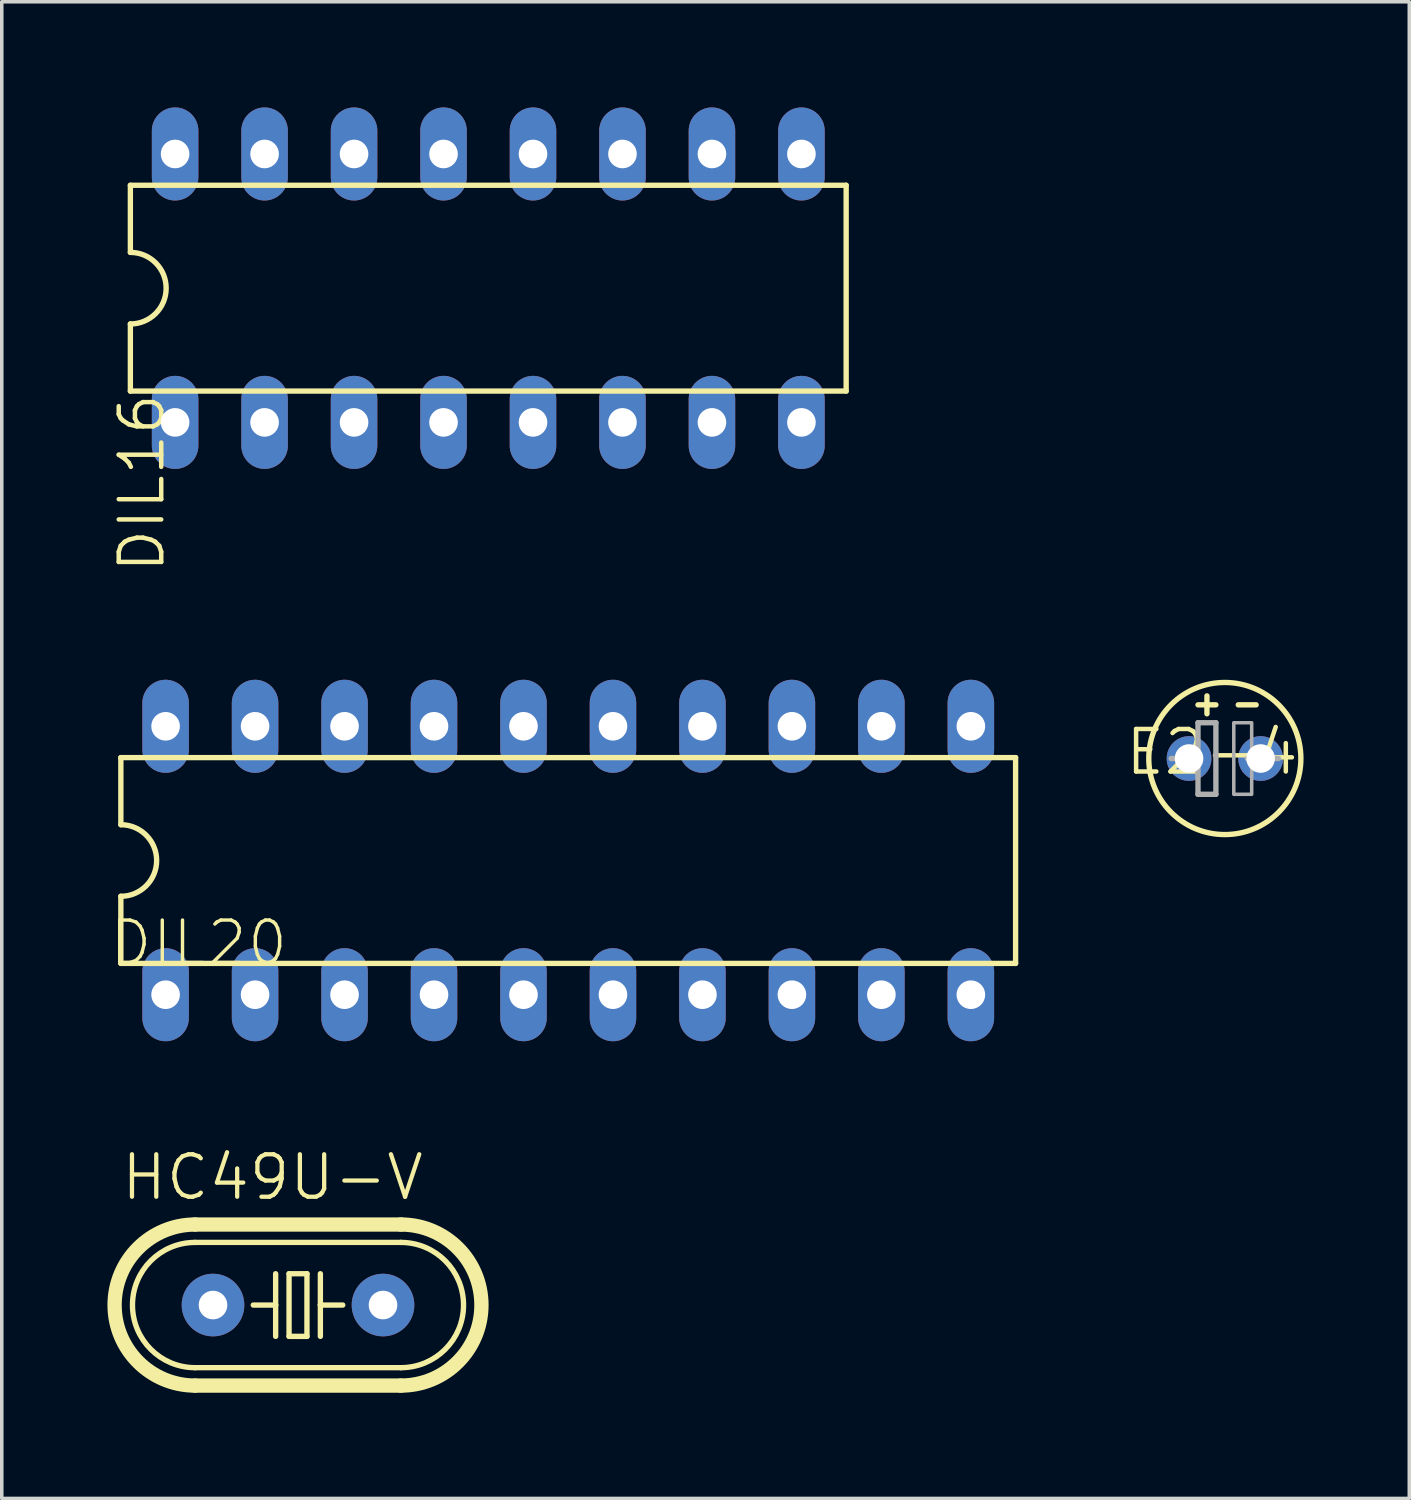
<source format=kicad_pcb>
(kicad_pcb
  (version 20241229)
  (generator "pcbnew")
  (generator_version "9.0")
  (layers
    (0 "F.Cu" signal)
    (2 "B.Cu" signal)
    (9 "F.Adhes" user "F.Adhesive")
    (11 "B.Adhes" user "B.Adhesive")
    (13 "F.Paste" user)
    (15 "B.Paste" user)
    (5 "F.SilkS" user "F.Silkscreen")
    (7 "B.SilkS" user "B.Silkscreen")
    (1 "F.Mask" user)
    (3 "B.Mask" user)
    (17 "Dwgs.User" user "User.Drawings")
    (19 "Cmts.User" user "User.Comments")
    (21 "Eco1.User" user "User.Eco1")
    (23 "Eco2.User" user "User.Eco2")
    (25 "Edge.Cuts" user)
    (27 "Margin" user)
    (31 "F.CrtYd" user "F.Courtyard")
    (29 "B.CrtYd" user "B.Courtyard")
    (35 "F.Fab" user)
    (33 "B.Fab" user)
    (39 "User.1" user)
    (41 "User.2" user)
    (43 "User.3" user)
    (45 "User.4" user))
  (footprint "DIL16"
    (layer "F.Cu")
    (at 10.811 5.131)
    (property "Reference" "DIL16" (at -10.541 2.921 90) (layer "F.SilkS") (effects (font (size 1.206 1.206) (thickness 0.127)) (justify right top)))
    (attr through_hole)
    (fp_line (start -10.16 -2.921) (end -10.16 -1.016) (stroke (width 0.152) (type solid)) (layer "F.SilkS"))
    (fp_line (start -10.16 2.921) (end -10.16 1.016) (stroke (width 0.152) (type solid)) (layer "F.SilkS"))
    (fp_line (start -10.16 2.921) (end 10.16 2.921) (stroke (width 0.152) (type solid)) (layer "F.SilkS"))
    (fp_line (start 10.16 -2.921) (end -10.16 -2.921) (stroke (width 0.152) (type solid)) (layer "F.SilkS"))
    (fp_line (start 10.16 -2.921) (end 10.16 2.921) (stroke (width 0.152) (type solid)) (layer "F.SilkS"))
    (fp_arc (start -10.16 -1.016) (mid -9.144 0) (end -10.16 1.016) (stroke (width 0.1524) (type solid)) (layer "F.SilkS"))
    (pad "1" thru_hole oval (at -8.89 3.81 90) (size 2.642 1.321) (drill 0.813) (layers "*.Cu" "*.Mask"))
    (pad "2" thru_hole oval (at -6.35 3.81 90) (size 2.642 1.321) (drill 0.813) (layers "*.Cu" "*.Mask"))
    (pad "3" thru_hole oval (at -3.81 3.81 90) (size 2.642 1.321) (drill 0.813) (layers "*.Cu" "*.Mask"))
    (pad "4" thru_hole oval (at -1.27 3.81 90) (size 2.642 1.321) (drill 0.813) (layers "*.Cu" "*.Mask"))
    (pad "5" thru_hole oval (at 1.27 3.81 90) (size 2.642 1.321) (drill 0.813) (layers "*.Cu" "*.Mask"))
    (pad "6" thru_hole oval (at 3.81 3.81 90) (size 2.642 1.321) (drill 0.813) (layers "*.Cu" "*.Mask"))
    (pad "7" thru_hole oval (at 6.35 3.81 90) (size 2.642 1.321) (drill 0.813) (layers "*.Cu" "*.Mask"))
    (pad "8" thru_hole oval (at 8.89 3.81 90) (size 2.642 1.321) (drill 0.813) (layers "*.Cu" "*.Mask"))
    (pad "9" thru_hole oval (at 8.89 -3.81 90) (size 2.642 1.321) (drill 0.813) (layers "*.Cu" "*.Mask"))
    (pad "10" thru_hole oval (at 6.35 -3.81 90) (size 2.642 1.321) (drill 0.813) (layers "*.Cu" "*.Mask"))
    (pad "11" thru_hole oval (at 3.81 -3.81 90) (size 2.642 1.321) (drill 0.813) (layers "*.Cu" "*.Mask"))
    (pad "12" thru_hole oval (at 1.27 -3.81 90) (size 2.642 1.321) (drill 0.813) (layers "*.Cu" "*.Mask"))
    (pad "13" thru_hole oval (at -1.27 -3.81 90) (size 2.642 1.321) (drill 0.813) (layers "*.Cu" "*.Mask"))
    (pad "14" thru_hole oval (at -3.81 -3.81 90) (size 2.642 1.321) (drill 0.813) (layers "*.Cu" "*.Mask"))
    (pad "15" thru_hole oval (at -6.35 -3.81 90) (size 2.642 1.321) (drill 0.813) (layers "*.Cu" "*.Mask"))
    (pad "16" thru_hole oval (at -8.89 -3.81 90) (size 2.642 1.321) (drill 0.813) (layers "*.Cu" "*.Mask")))
  (footprint "DIL20"
    (layer "F.Cu")
    (at 13.081 21.378)
    (property "Reference" "DIL20" (at -13.081 3.048 180) (layer "F.SilkS") (effects (font (size 1.206 1.206) (thickness 0.097)) (justify left bottom)))
    (attr through_hole)
    (fp_line (start -12.7 -2.921) (end -12.7 -1.016) (stroke (width 0.152) (type solid)) (layer "F.SilkS"))
    (fp_line (start -12.7 2.921) (end -12.7 1.016) (stroke (width 0.152) (type solid)) (layer "F.SilkS"))
    (fp_line (start -12.7 2.921) (end 12.7 2.921) (stroke (width 0.152) (type solid)) (layer "F.SilkS"))
    (fp_line (start 12.7 -2.921) (end -12.7 -2.921) (stroke (width 0.152) (type solid)) (layer "F.SilkS"))
    (fp_line (start 12.7 -2.921) (end 12.7 2.921) (stroke (width 0.152) (type solid)) (layer "F.SilkS"))
    (fp_arc (start -12.7 -1.016) (mid -11.684 0) (end -12.7 1.016) (stroke (width 0.1524) (type solid)) (layer "F.SilkS"))
    (pad "1" thru_hole oval (at -11.43 3.81 90) (size 2.642 1.321) (drill 0.813) (layers "*.Cu" "*.Mask"))
    (pad "2" thru_hole oval (at -8.89 3.81 90) (size 2.642 1.321) (drill 0.813) (layers "*.Cu" "*.Mask"))
    (pad "3" thru_hole oval (at -6.35 3.81 90) (size 2.642 1.321) (drill 0.813) (layers "*.Cu" "*.Mask"))
    (pad "4" thru_hole oval (at -3.81 3.81 90) (size 2.642 1.321) (drill 0.813) (layers "*.Cu" "*.Mask"))
    (pad "5" thru_hole oval (at -1.27 3.81 90) (size 2.642 1.321) (drill 0.813) (layers "*.Cu" "*.Mask"))
    (pad "6" thru_hole oval (at 1.27 3.81 90) (size 2.642 1.321) (drill 0.813) (layers "*.Cu" "*.Mask"))
    (pad "7" thru_hole oval (at 3.81 3.81 90) (size 2.642 1.321) (drill 0.813) (layers "*.Cu" "*.Mask"))
    (pad "8" thru_hole oval (at 6.35 3.81 90) (size 2.642 1.321) (drill 0.813) (layers "*.Cu" "*.Mask"))
    (pad "9" thru_hole oval (at 8.89 3.81 90) (size 2.642 1.321) (drill 0.813) (layers "*.Cu" "*.Mask"))
    (pad "10" thru_hole oval (at 11.43 3.81 90) (size 2.642 1.321) (drill 0.813) (layers "*.Cu" "*.Mask"))
    (pad "11" thru_hole oval (at 11.43 -3.81 90) (size 2.642 1.321) (drill 0.813) (layers "*.Cu" "*.Mask"))
    (pad "12" thru_hole oval (at 8.89 -3.81 90) (size 2.642 1.321) (drill 0.813) (layers "*.Cu" "*.Mask"))
    (pad "13" thru_hole oval (at 6.35 -3.81 90) (size 2.642 1.321) (drill 0.813) (layers "*.Cu" "*.Mask"))
    (pad "14" thru_hole oval (at 3.81 -3.81 90) (size 2.642 1.321) (drill 0.813) (layers "*.Cu" "*.Mask"))
    (pad "15" thru_hole oval (at 1.27 -3.81 90) (size 2.642 1.321) (drill 0.813) (layers "*.Cu" "*.Mask"))
    (pad "16" thru_hole oval (at -1.27 -3.81 90) (size 2.642 1.321) (drill 0.813) (layers "*.Cu" "*.Mask"))
    (pad "17" thru_hole oval (at -3.81 -3.81 90) (size 2.642 1.321) (drill 0.813) (layers "*.Cu" "*.Mask"))
    (pad "18" thru_hole oval (at -6.35 -3.81 90) (size 2.642 1.321) (drill 0.813) (layers "*.Cu" "*.Mask"))
    (pad "19" thru_hole oval (at -8.89 -3.81 90) (size 2.642 1.321) (drill 0.813) (layers "*.Cu" "*.Mask"))
    (pad "20" thru_hole oval (at -11.43 -3.81 90) (size 2.642 1.321) (drill 0.813) (layers "*.Cu" "*.Mask")))
  (footprint "E2-4"
    (layer "F.Cu")
    (at 31.721 18.483)
    (property "Reference" "E2-4" (at 2.159 -0.889 0) (layer "F.SilkS") (effects (font (size 1.206 1.206) (thickness 0.127)) (justify right top)))
    (attr through_hole)
    (fp_line (start -0.762 -1.524) (end -0.254 -1.524) (stroke (width 0.152) (type solid)) (layer "F.SilkS"))
    (fp_line (start -0.508 -1.27) (end -0.508 -1.778) (stroke (width 0.152) (type solid)) (layer "F.SilkS"))
    (fp_line (start 0.381 -1.524) (end 0.889 -1.524) (stroke (width 0.152) (type solid)) (layer "F.SilkS"))
    (fp_circle (center 0 0) (end 2.159 0) (stroke (width 0.152) (type solid)) (fill no) (layer "F.SilkS"))
    (fp_line (start -1.524 0) (end -0.762 0) (stroke (width 0.152) (type solid)) (layer "F.Fab"))
    (fp_line (start -0.762 -1.016) (end -0.762 0) (stroke (width 0.152) (type solid)) (layer "F.Fab"))
    (fp_line (start -0.762 0) (end -0.762 1.016) (stroke (width 0.152) (type solid)) (layer "F.Fab"))
    (fp_line (start -0.762 1.016) (end -0.254 1.016) (stroke (width 0.152) (type solid)) (layer "F.Fab"))
    (fp_line (start -0.254 -1.016) (end -0.762 -1.016) (stroke (width 0.152) (type solid)) (layer "F.Fab"))
    (fp_line (start -0.254 1.016) (end -0.254 -1.016) (stroke (width 0.152) (type solid)) (layer "F.Fab"))
    (fp_line (start 0.635 0) (end 1.524 0) (stroke (width 0.152) (type solid)) (layer "F.Fab"))
    (fp_poly (pts (xy 0.254 1.016) (xy 0.762 1.016) (xy 0.762 -1.016) (xy 0.254 -1.016)) (stroke (width 0.1) (type solid)) (fill no) (layer "F.Fab"))
    (pad "+" thru_hole circle (at -1.016 0) (size 1.27 1.27) (drill 0.813) (layers "*.Cu" "*.Mask"))
    (pad "-" thru_hole circle (at 1.016 0) (size 1.27 1.27) (drill 0.813) (layers "*.Cu" "*.Mask")))
  (footprint "HC49U-V"
    (layer "F.Cu")
    (at 5.41 33.998)
    (property "Reference" "HC49U-V" (at -5.08 -2.921 0) (layer "F.SilkS") (effects (font (size 1.206 1.206) (thickness 0.121)) (justify left bottom)))
    (attr through_hole)
    (fp_line (start -2.921 -2.286) (end 2.921 -2.286) (stroke (width 0.406) (type solid)) (layer "F.SilkS"))
    (fp_line (start -2.921 1.778) (end 2.921 1.778) (stroke (width 0.152) (type solid)) (layer "F.SilkS"))
    (fp_line (start -2.921 2.286) (end 2.921 2.286) (stroke (width 0.406) (type solid)) (layer "F.SilkS"))
    (fp_line (start -0.635 -0.889) (end -0.635 0) (stroke (width 0.152) (type solid)) (layer "F.SilkS"))
    (fp_line (start -0.635 0) (end -1.27 0) (stroke (width 0.152) (type solid)) (layer "F.SilkS"))
    (fp_line (start -0.635 0) (end -0.635 0.889) (stroke (width 0.152) (type solid)) (layer "F.SilkS"))
    (fp_line (start -0.254 -0.889) (end 0.254 -0.889) (stroke (width 0.152) (type solid)) (layer "F.SilkS"))
    (fp_line (start -0.254 0.889) (end -0.254 -0.889) (stroke (width 0.152) (type solid)) (layer "F.SilkS"))
    (fp_line (start 0.254 -0.889) (end 0.254 0.889) (stroke (width 0.152) (type solid)) (layer "F.SilkS"))
    (fp_line (start 0.254 0.889) (end -0.254 0.889) (stroke (width 0.152) (type solid)) (layer "F.SilkS"))
    (fp_line (start 0.635 -0.889) (end 0.635 0) (stroke (width 0.152) (type solid)) (layer "F.SilkS"))
    (fp_line (start 0.635 0) (end 0.635 0.889) (stroke (width 0.152) (type solid)) (layer "F.SilkS"))
    (fp_line (start 0.635 0) (end 1.27 0) (stroke (width 0.152) (type solid)) (layer "F.SilkS"))
    (fp_line (start 2.921 -1.778) (end -2.921 -1.778) (stroke (width 0.152) (type solid)) (layer "F.SilkS"))
    (fp_arc (start -2.921 1.778) (mid -4.699 0) (end -2.921 -1.778) (stroke (width 0.1524) (type solid)) (layer "F.SilkS"))
    (fp_arc (start -2.921 2.286) (mid -5.207 0) (end -2.921 -2.286) (stroke (width 0.4064) (type solid)) (layer "F.SilkS"))
    (fp_arc (start 2.921 -2.286) (mid 5.207 0) (end 2.921 2.286) (stroke (width 0.4064) (type solid)) (layer "F.SilkS"))
    (fp_arc (start 2.921 -1.778) (mid 4.699 0) (end 2.921 1.778) (stroke (width 0.1524) (type solid)) (layer "F.SilkS"))
    (pad "1" thru_hole circle (at -2.413 0) (size 1.778 1.778) (drill 0.813) (layers "*.Cu" "*.Mask"))
    (pad "2" thru_hole circle (at 2.413 0) (size 1.778 1.778) (drill 0.813) (layers "*.Cu" "*.Mask")))
  (gr_rect
    (start -3 -3)
    (end 36.957 39.488)
    (stroke (width 0.1) (type default))
    (fill no)
    (layer "Edge.Cuts")))
</source>
